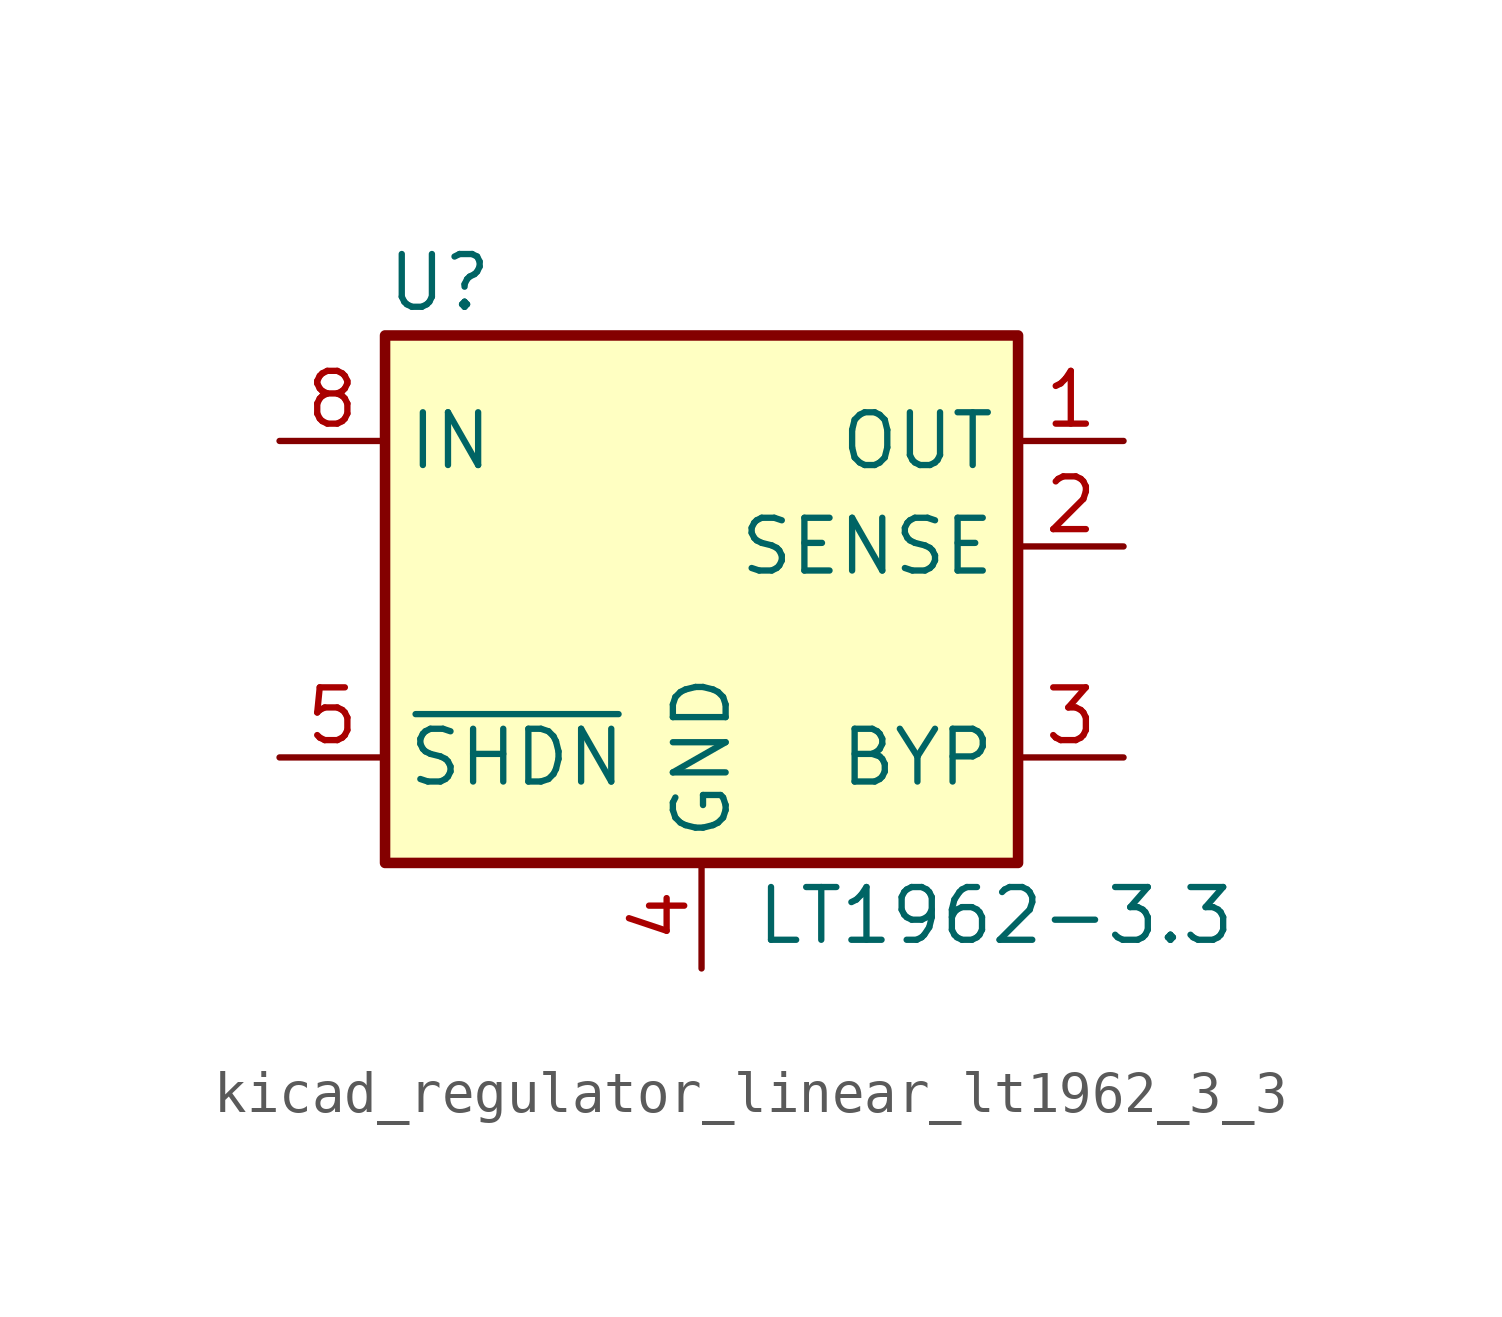
<source format=kicad_sym>
(kicad_symbol_lib
  (version 20220914)
  (generator kicad_symbol_editor)
  (symbol "kicad_regulator_linear_lt1962_3_3"
    (property "Reference" "U"
      (at -7.62 8.89 0)
      (effects (font (size 1.27 1.27)) (justify left)))
    (property "Value" "LT1962-3.3"
      (at 1.27 -6.35 0)
      (effects (font (size 1.27 1.27)) (justify left)))
    (symbol "kicad_regulator_linear_lt1962_3_3_0_1"
      (rectangle (start -7.62 7.62) (end 7.62 -5.08) (stroke (width 0.254) (type default)) (fill (type background))))
    (symbol "kicad_regulator_linear_lt1962_3_3_1_1"
      (pin power_out line (at 10.16 5.08 180) (length 2.54) (name "OUT" (effects (font (size 1.27 1.27)))) (number "1" (effects (font (size 1.27 1.27)))))
      (pin input line (at 10.16 2.54 180) (length 2.54) (name "SENSE" (effects (font (size 1.27 1.27)))) (number "2" (effects (font (size 1.27 1.27)))))
      (pin passive line (at 10.16 -2.54 180) (length 2.54) (name "BYP" (effects (font (size 1.27 1.27)))) (number "3" (effects (font (size 1.27 1.27)))))
      (pin power_in line (at 0 -7.62 90) (length 2.54) (name "GND" (effects (font (size 1.27 1.27)))) (number "4" (effects (font (size 1.27 1.27)))))
      (pin input line (at -10.16 -2.54 0) (length 2.54) (name "~{SHDN}" (effects (font (size 1.27 1.27)))) (number "5" (effects (font (size 1.27 1.27)))))
      (pin no_connect line (at 2.54 5.08 90) (length 2.54) hide (name "NC" (effects (font (size 1.27 1.27)))) (number "6" (effects (font (size 1.27 1.27)))))
      (pin no_connect line (at 2.54 2.54 90) (length 2.54) hide (name "NC" (effects (font (size 1.27 1.27)))) (number "7" (effects (font (size 1.27 1.27)))))
      (pin power_in line (at -10.16 5.08 0) (length 2.54) (name "IN" (effects (font (size 1.27 1.27)))) (number "8" (effects (font (size 1.27 1.27))))))))
</source>
